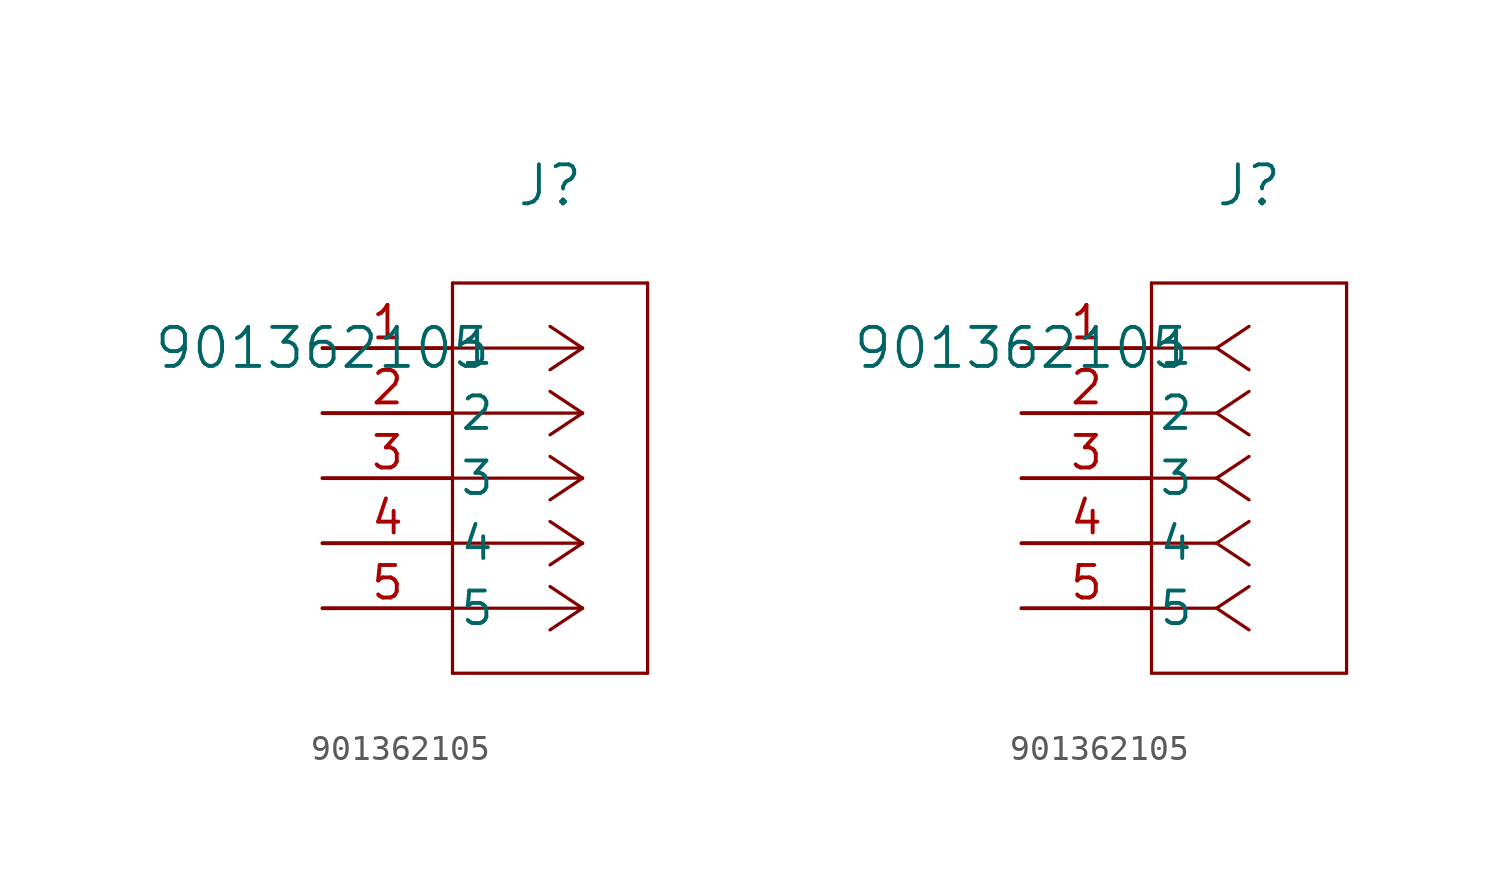
<source format=kicad_sym>
(kicad_symbol_lib
  (version 20211014)
  (generator kicad_symbol_editor)
  (symbol "901362105"
    (pin_names
      (offset 0.254))
    (property "Reference" "J"
      (at 8.89 6.35 0)
      (effects (font (size 1.524 1.524))))
    (property "Value" "901362105"
      (at 0 0 0)
      (effects (font (size 1.524 1.524))))
    (symbol "901362105_1_1"
      (polyline (pts (xy 10.16 0) (xy 5.08 0)) (stroke (width 0.127) (type default) (color 0 0 0 0)) (fill (type none)))
      (polyline (pts (xy 10.16 -2.54) (xy 5.08 -2.54)) (stroke (width 0.127) (type default) (color 0 0 0 0)) (fill (type none)))
      (polyline (pts (xy 10.16 -5.08) (xy 5.08 -5.08)) (stroke (width 0.127) (type default) (color 0 0 0 0)) (fill (type none)))
      (polyline (pts (xy 10.16 -7.62) (xy 5.08 -7.62)) (stroke (width 0.127) (type default) (color 0 0 0 0)) (fill (type none)))
      (polyline (pts (xy 10.16 -10.16) (xy 5.08 -10.16)) (stroke (width 0.127) (type default) (color 0 0 0 0)) (fill (type none)))
      (polyline (pts (xy 10.16 0) (xy 8.89 0.847)) (stroke (width 0.127) (type default) (color 0 0 0 0)) (fill (type none)))
      (polyline (pts (xy 10.16 -2.54) (xy 8.89 -1.693)) (stroke (width 0.127) (type default) (color 0 0 0 0)) (fill (type none)))
      (polyline (pts (xy 10.16 -5.08) (xy 8.89 -4.233)) (stroke (width 0.127) (type default) (color 0 0 0 0)) (fill (type none)))
      (polyline (pts (xy 10.16 -7.62) (xy 8.89 -6.773)) (stroke (width 0.127) (type default) (color 0 0 0 0)) (fill (type none)))
      (polyline (pts (xy 10.16 -10.16) (xy 8.89 -9.313)) (stroke (width 0.127) (type default) (color 0 0 0 0)) (fill (type none)))
      (polyline (pts (xy 10.16 0) (xy 8.89 -0.847)) (stroke (width 0.127) (type default) (color 0 0 0 0)) (fill (type none)))
      (polyline (pts (xy 10.16 -2.54) (xy 8.89 -3.387)) (stroke (width 0.127) (type default) (color 0 0 0 0)) (fill (type none)))
      (polyline (pts (xy 10.16 -5.08) (xy 8.89 -5.927)) (stroke (width 0.127) (type default) (color 0 0 0 0)) (fill (type none)))
      (polyline (pts (xy 10.16 -7.62) (xy 8.89 -8.467)) (stroke (width 0.127) (type default) (color 0 0 0 0)) (fill (type none)))
      (polyline (pts (xy 10.16 -10.16) (xy 8.89 -11.007)) (stroke (width 0.127) (type default) (color 0 0 0 0)) (fill (type none)))
      (polyline (pts (xy 5.08 2.54) (xy 5.08 -12.7)) (stroke (width 0.127) (type default) (color 0 0 0 0)) (fill (type none)))
      (polyline (pts (xy 5.08 -12.7) (xy 12.7 -12.7)) (stroke (width 0.127) (type default) (color 0 0 0 0)) (fill (type none)))
      (polyline (pts (xy 12.7 -12.7) (xy 12.7 2.54)) (stroke (width 0.127) (type default) (color 0 0 0 0)) (fill (type none)))
      (polyline (pts (xy 12.7 2.54) (xy 5.08 2.54)) (stroke (width 0.127) (type default) (color 0 0 0 0)) (fill (type none)))
      (pin unspecified line (at 0 0 0) (length 5.08) (name "1" (effects (font (size 1.27 1.27)))) (number "1" (effects (font (size 1.27 1.27)))))
      (pin unspecified line (at 0 -2.54 0) (length 5.08) (name "2" (effects (font (size 1.27 1.27)))) (number "2" (effects (font (size 1.27 1.27)))))
      (pin unspecified line (at 0 -5.08 0) (length 5.08) (name "3" (effects (font (size 1.27 1.27)))) (number "3" (effects (font (size 1.27 1.27)))))
      (pin unspecified line (at 0 -7.62 0) (length 5.08) (name "4" (effects (font (size 1.27 1.27)))) (number "4" (effects (font (size 1.27 1.27)))))
      (pin unspecified line (at 0 -10.16 0) (length 5.08) (name "5" (effects (font (size 1.27 1.27)))) (number "5" (effects (font (size 1.27 1.27))))))
    (symbol "901362105_1_2"
      (polyline (pts (xy 7.62 0) (xy 5.08 0)) (stroke (width 0.127) (type default) (color 0 0 0 0)) (fill (type none)))
      (polyline (pts (xy 7.62 -2.54) (xy 5.08 -2.54)) (stroke (width 0.127) (type default) (color 0 0 0 0)) (fill (type none)))
      (polyline (pts (xy 7.62 -5.08) (xy 5.08 -5.08)) (stroke (width 0.127) (type default) (color 0 0 0 0)) (fill (type none)))
      (polyline (pts (xy 7.62 -7.62) (xy 5.08 -7.62)) (stroke (width 0.127) (type default) (color 0 0 0 0)) (fill (type none)))
      (polyline (pts (xy 7.62 -10.16) (xy 5.08 -10.16)) (stroke (width 0.127) (type default) (color 0 0 0 0)) (fill (type none)))
      (polyline (pts (xy 7.62 0) (xy 8.89 0.847)) (stroke (width 0.127) (type default) (color 0 0 0 0)) (fill (type none)))
      (polyline (pts (xy 7.62 -2.54) (xy 8.89 -1.693)) (stroke (width 0.127) (type default) (color 0 0 0 0)) (fill (type none)))
      (polyline (pts (xy 7.62 -5.08) (xy 8.89 -4.233)) (stroke (width 0.127) (type default) (color 0 0 0 0)) (fill (type none)))
      (polyline (pts (xy 7.62 -7.62) (xy 8.89 -6.773)) (stroke (width 0.127) (type default) (color 0 0 0 0)) (fill (type none)))
      (polyline (pts (xy 7.62 -10.16) (xy 8.89 -9.313)) (stroke (width 0.127) (type default) (color 0 0 0 0)) (fill (type none)))
      (polyline (pts (xy 7.62 0) (xy 8.89 -0.847)) (stroke (width 0.127) (type default) (color 0 0 0 0)) (fill (type none)))
      (polyline (pts (xy 7.62 -2.54) (xy 8.89 -3.387)) (stroke (width 0.127) (type default) (color 0 0 0 0)) (fill (type none)))
      (polyline (pts (xy 7.62 -5.08) (xy 8.89 -5.927)) (stroke (width 0.127) (type default) (color 0 0 0 0)) (fill (type none)))
      (polyline (pts (xy 7.62 -7.62) (xy 8.89 -8.467)) (stroke (width 0.127) (type default) (color 0 0 0 0)) (fill (type none)))
      (polyline (pts (xy 7.62 -10.16) (xy 8.89 -11.007)) (stroke (width 0.127) (type default) (color 0 0 0 0)) (fill (type none)))
      (polyline (pts (xy 5.08 2.54) (xy 5.08 -12.7)) (stroke (width 0.127) (type default) (color 0 0 0 0)) (fill (type none)))
      (polyline (pts (xy 5.08 -12.7) (xy 12.7 -12.7)) (stroke (width 0.127) (type default) (color 0 0 0 0)) (fill (type none)))
      (polyline (pts (xy 12.7 -12.7) (xy 12.7 2.54)) (stroke (width 0.127) (type default) (color 0 0 0 0)) (fill (type none)))
      (polyline (pts (xy 12.7 2.54) (xy 5.08 2.54)) (stroke (width 0.127) (type default) (color 0 0 0 0)) (fill (type none)))
      (pin unspecified line (at 0 0 0) (length 5.08) (name "1" (effects (font (size 1.27 1.27)))) (number "1" (effects (font (size 1.27 1.27)))))
      (pin unspecified line (at 0 -2.54 0) (length 5.08) (name "2" (effects (font (size 1.27 1.27)))) (number "2" (effects (font (size 1.27 1.27)))))
      (pin unspecified line (at 0 -5.08 0) (length 5.08) (name "3" (effects (font (size 1.27 1.27)))) (number "3" (effects (font (size 1.27 1.27)))))
      (pin unspecified line (at 0 -7.62 0) (length 5.08) (name "4" (effects (font (size 1.27 1.27)))) (number "4" (effects (font (size 1.27 1.27)))))
      (pin unspecified line (at 0 -10.16 0) (length 5.08) (name "5" (effects (font (size 1.27 1.27)))) (number "5" (effects (font (size 1.27 1.27))))))))
</source>
